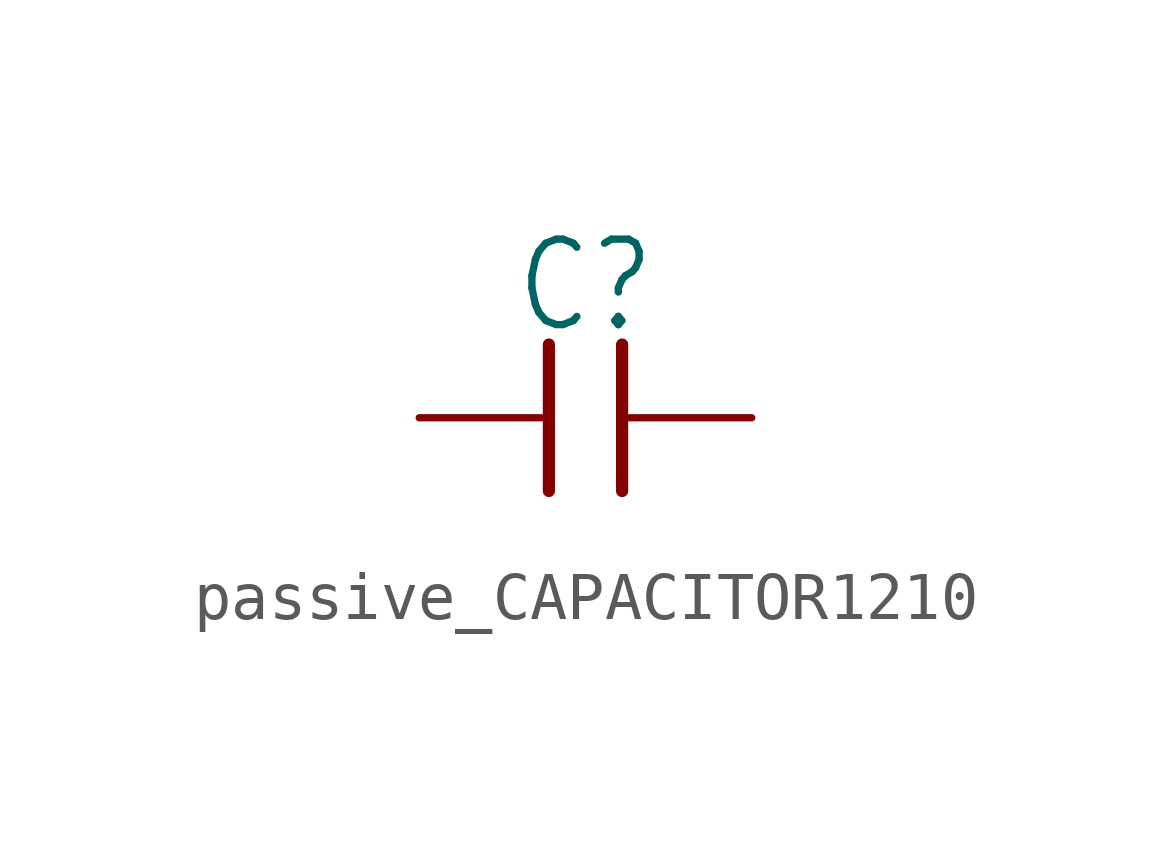
<source format=kicad_sym>
(kicad_symbol_lib
  (version 20241209)
  (generator "kicad_symbol_editor")
  (generator_version "9.0")
  (symbol "passive_CAPACITOR1210"
    (property "Reference" "C"
      (at 0 1.714 0)
      (effects (font (size 1.778 1.511)) (justify bottom)))
    (property "Value" ""
      (at 0 -1.714 0)
      (effects (font (size 1.778 1.511)) (justify top)))
    (property "ki_locked" ""
      (at 0 0 0)
      (effects (font (size 1.27 1.27))))
    (symbol "passive_CAPACITOR1210_1_0"
      (polyline (pts (xy -0.762 1.524) (xy -0.762 -1.524)) (stroke (width 0.254) (type solid)) (fill (type none)))
      (polyline (pts (xy 0.762 -1.524) (xy 0.762 1.524)) (stroke (width 0.254) (type solid)) (fill (type none)))
      (pin bidirectional line (at -3.46 0 0) (length 2.54) (name "P$1" (effects (font (size 0 0)))) (number "1" (effects (font (size 0 0)))))
      (pin bidirectional line (at 3.46 0 180) (length 2.54) (name "P$2" (effects (font (size 0 0)))) (number "2" (effects (font (size 0 0))))))))
</source>
